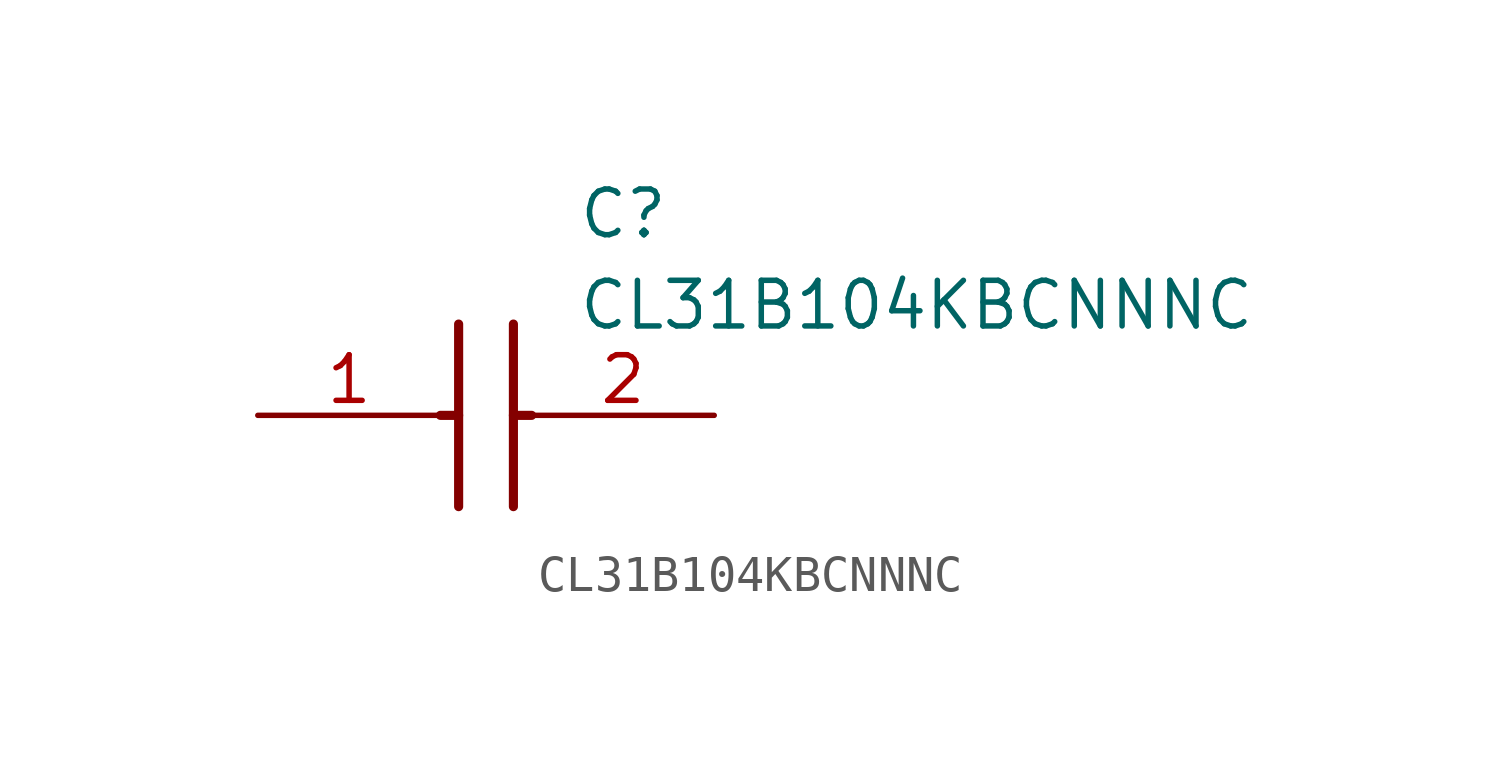
<source format=kicad_sym>
(kicad_symbol_lib
  (version 20211014)
  (generator SamacSys_ECAD_Model)
  (symbol "CL31B104KBCNNNC"
    (pin_names hide)
    (property "Reference" "C"
      (at 8.89 6.35 0)
      (effects (font (size 1.27 1.27)) (justify left top)))
    (property "Value" "CL31B104KBCNNNC"
      (at 8.89 3.81 0)
      (effects (font (size 1.27 1.27)) (justify left top)))
    (polyline
      (pts (xy 5.588 2.54) (xy 5.588 -2.54))
      (stroke (width 0.254) (type default))
      (fill (type none)))
    (polyline
      (pts (xy 7.112 2.54) (xy 7.112 -2.54))
      (stroke (width 0.254) (type default))
      (fill (type none)))
    (polyline
      (pts (xy 5.08 0) (xy 5.588 0))
      (stroke (width 0.254) (type default))
      (fill (type none)))
    (polyline
      (pts (xy 7.112 0) (xy 7.62 0))
      (stroke (width 0.254) (type default))
      (fill (type none)))
    (pin passive line
      (at 0 0 0)
      (length 5.08)
      (name "1" (effects (font (size 1.27 1.27))))
      (number "1" (effects (font (size 1.27 1.27)))))
    (pin passive line
      (at 12.7 0 180)
      (length 5.08)
      (name "2" (effects (font (size 1.27 1.27))))
      (number "2" (effects (font (size 1.27 1.27)))))))
</source>
